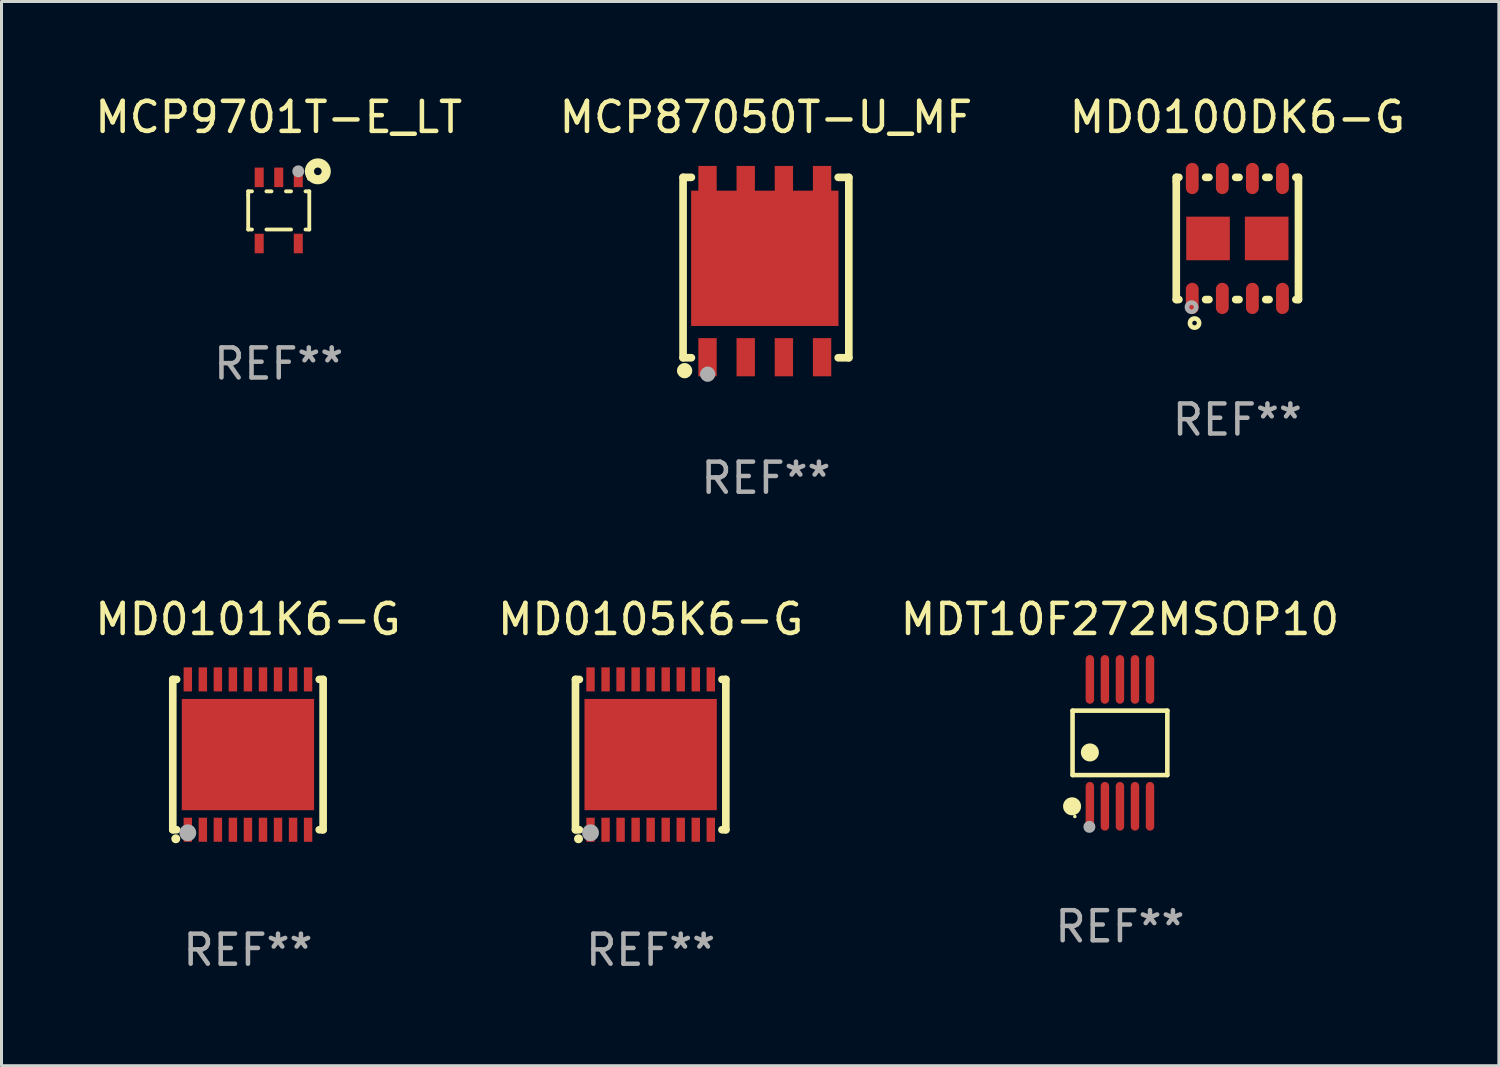
<source format=kicad_pcb>
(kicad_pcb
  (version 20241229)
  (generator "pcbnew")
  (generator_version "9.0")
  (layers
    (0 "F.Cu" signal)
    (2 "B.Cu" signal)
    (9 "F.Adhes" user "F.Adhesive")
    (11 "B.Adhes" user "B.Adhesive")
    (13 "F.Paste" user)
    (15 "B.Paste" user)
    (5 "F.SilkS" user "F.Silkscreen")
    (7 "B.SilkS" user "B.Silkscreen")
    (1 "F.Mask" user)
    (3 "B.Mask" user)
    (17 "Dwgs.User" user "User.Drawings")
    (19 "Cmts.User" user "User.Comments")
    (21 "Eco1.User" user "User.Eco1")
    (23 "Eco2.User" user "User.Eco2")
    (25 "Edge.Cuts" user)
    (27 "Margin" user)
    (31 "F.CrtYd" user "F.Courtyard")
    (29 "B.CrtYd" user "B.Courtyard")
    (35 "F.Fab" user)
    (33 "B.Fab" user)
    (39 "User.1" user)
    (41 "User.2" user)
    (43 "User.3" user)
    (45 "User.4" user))
  (footprint "MD0105K6-G"
    (layer "F.Cu")
    (at 18.589 22.045)
    (property "Reference" "MD0105K6-G" (at 0 -4.5 0) (layer "F.SilkS") (effects (font (size 1 1) (thickness 0.15))))
    (attr through_hole)
    (fp_line (start -2.5 -2.5) (end -2.371 -2.5) (stroke (width 0.254) (type solid)) (layer "F.SilkS"))
    (fp_line (start -2.5 2.5) (end -2.5 -2.5) (stroke (width 0.254) (type solid)) (layer "F.SilkS"))
    (fp_line (start -2.371 2.5) (end -2.5 2.5) (stroke (width 0.254) (type solid)) (layer "F.SilkS"))
    (fp_line (start 2.371 -2.5) (end 2.5 -2.5) (stroke (width 0.254) (type solid)) (layer "F.SilkS"))
    (fp_line (start 2.5 -2.5) (end 2.5 2.5) (stroke (width 0.254) (type solid)) (layer "F.SilkS"))
    (fp_line (start 2.5 2.5) (end 2.371 2.5) (stroke (width 0.254) (type solid)) (layer "F.SilkS"))
    (fp_circle (center -2.5 2.5) (end -2.45 2.5) (stroke (width 0.1) (type solid)) (fill no) (layer "F.SilkS"))
    (fp_circle (center -2.4 2.8) (end -2.325 2.8) (stroke (width 0.15) (type solid)) (fill no) (layer "F.SilkS"))
    (fp_circle (center -2 2.6) (end -1.86 2.6) (stroke (width 0.28) (type solid)) (fill no) (layer "F.Fab"))
    (fp_text user "REF**" (at 0 6.5 0) (layer "F.Fab") (effects (font (size 1 1) (thickness 0.15))))
    (pad "1" smd rect (at -2 2.5) (size 0.28 0.8) (layers "F.Cu" "F.Mask" "F.Paste"))
    (pad "2" smd rect (at -1.5 2.5) (size 0.28 0.8) (layers "F.Cu" "F.Mask" "F.Paste"))
    (pad "3" smd rect (at -1 2.5) (size 0.28 0.8) (layers "F.Cu" "F.Mask" "F.Paste"))
    (pad "4" smd rect (at -0.5 2.5) (size 0.28 0.8) (layers "F.Cu" "F.Mask" "F.Paste"))
    (pad "5" smd rect (at 0 2.5) (size 0.28 0.8) (layers "F.Cu" "F.Mask" "F.Paste"))
    (pad "6" smd rect (at 0.5 2.5) (size 0.28 0.8) (layers "F.Cu" "F.Mask" "F.Paste"))
    (pad "7" smd rect (at 1 2.5) (size 0.28 0.8) (layers "F.Cu" "F.Mask" "F.Paste"))
    (pad "8" smd rect (at 1.5 2.5) (size 0.28 0.8) (layers "F.Cu" "F.Mask" "F.Paste"))
    (pad "9" smd rect (at 2 2.5) (size 0.28 0.8) (layers "F.Cu" "F.Mask" "F.Paste"))
    (pad "10" smd rect (at 2 -2.5) (size 0.28 0.8) (layers "F.Cu" "F.Mask" "F.Paste"))
    (pad "11" smd rect (at 1.5 -2.5) (size 0.28 0.8) (layers "F.Cu" "F.Mask" "F.Paste"))
    (pad "12" smd rect (at 1 -2.5) (size 0.28 0.8) (layers "F.Cu" "F.Mask" "F.Paste"))
    (pad "13" smd rect (at 0.5 -2.5) (size 0.28 0.8) (layers "F.Cu" "F.Mask" "F.Paste"))
    (pad "14" smd rect (at 0 -2.5) (size 0.28 0.8) (layers "F.Cu" "F.Mask" "F.Paste"))
    (pad "15" smd rect (at -0.5 -2.5) (size 0.28 0.8) (layers "F.Cu" "F.Mask" "F.Paste"))
    (pad "16" smd rect (at -1 -2.5) (size 0.28 0.8) (layers "F.Cu" "F.Mask" "F.Paste"))
    (pad "17" smd rect (at -1.5 -2.5) (size 0.28 0.8) (layers "F.Cu" "F.Mask" "F.Paste"))
    (pad "18" smd rect (at -2 -2.5) (size 0.28 0.8) (layers "F.Cu" "F.Mask" "F.Paste"))
    (pad "19" smd rect (at 0 0 180) (size 4.4 3.7) (layers "F.Cu" "F.Mask" "F.Paste")))
  (footprint "MD0100DK6-G"
    (layer "F.Cu")
    (at 38.101 4.88)
    (property "Reference" "MD0100DK6-G" (at 0 -4.032 0) (layer "F.SilkS") (effects (font (size 1 1) (thickness 0.15))))
    (attr through_hole)
    (fp_line (start -2.032 -2.032) (end -1.945 -2.032) (stroke (width 0.254) (type solid)) (layer "F.SilkS"))
    (fp_line (start -2.032 -1.905) (end -2.032 -2.032) (stroke (width 0.254) (type solid)) (layer "F.SilkS"))
    (fp_line (start -2.032 2.032) (end -2.032 -1.905) (stroke (width 0.254) (type solid)) (layer "F.SilkS"))
    (fp_line (start -1.945 2.032) (end -2.032 2.032) (stroke (width 0.254) (type solid)) (layer "F.SilkS"))
    (fp_line (start -1.055 -2.032) (end -0.945 -2.032) (stroke (width 0.254) (type solid)) (layer "F.SilkS"))
    (fp_line (start -0.945 2.032) (end -1.055 2.032) (stroke (width 0.254) (type solid)) (layer "F.SilkS"))
    (fp_line (start -0.055 -2.032) (end 0.055 -2.032) (stroke (width 0.254) (type solid)) (layer "F.SilkS"))
    (fp_line (start 0.055 2.032) (end -0.055 2.032) (stroke (width 0.254) (type solid)) (layer "F.SilkS"))
    (fp_line (start 0.945 -2.032) (end 1.055 -2.032) (stroke (width 0.254) (type solid)) (layer "F.SilkS"))
    (fp_line (start 1.055 2.032) (end 0.945 2.032) (stroke (width 0.254) (type solid)) (layer "F.SilkS"))
    (fp_line (start 1.945 -2.032) (end 2.032 -2.032) (stroke (width 0.254) (type solid)) (layer "F.SilkS"))
    (fp_line (start 2.032 -2.032) (end 2.032 2.032) (stroke (width 0.254) (type solid)) (layer "F.SilkS"))
    (fp_line (start 2.032 2.032) (end 1.945 2.032) (stroke (width 0.254) (type solid)) (layer "F.SilkS"))
    (fp_circle (center -2 2) (end -1.97 2) (stroke (width 0.06) (type solid)) (fill no) (layer "F.SilkS"))
    (fp_circle (center -1.424 2.814) (end -1.348 2.814) (stroke (width 0.153) (type solid)) (fill no) (layer "F.SilkS"))
    (fp_circle (center -1.524 2.286) (end -1.448 2.286) (stroke (width 0.153) (type solid)) (fill no) (layer "F.Fab"))
    (fp_text user "REF**" (at 0 6.032 0) (layer "F.Fab") (effects (font (size 1 1) (thickness 0.15))))
    (pad "1" smd oval (at -1.5 1.994) (size 0.427 1.039) (layers "F.Cu" "F.Mask" "F.Paste"))
    (pad "2" smd oval (at -0.5 1.994) (size 0.427 1.039) (layers "F.Cu" "F.Mask" "F.Paste"))
    (pad "3" smd oval (at 0.5 1.994) (size 0.427 1.039) (layers "F.Cu" "F.Mask" "F.Paste"))
    (pad "4" smd oval (at 1.5 1.994) (size 0.427 1.039) (layers "F.Cu" "F.Mask" "F.Paste"))
    (pad "5" smd oval (at 1.5 -1.994) (size 0.427 1.039) (layers "F.Cu" "F.Mask" "F.Paste"))
    (pad "6" smd oval (at 0.5 -1.994) (size 0.427 1.039) (layers "F.Cu" "F.Mask" "F.Paste"))
    (pad "7" smd oval (at -0.5 -1.994) (size 0.427 1.039) (layers "F.Cu" "F.Mask" "F.Paste"))
    (pad "8" smd oval (at -1.5 -1.994) (size 0.427 1.039) (layers "F.Cu" "F.Mask" "F.Paste"))
    (pad "9" smd rect (at -0.975 0.000127) (size 1.45 1.45) (layers "F.Cu" "F.Mask" "F.Paste"))
    (pad "10" smd rect (at 0.975 0.000127) (size 1.45 1.45) (layers "F.Cu" "F.Mask" "F.Paste")))
  (footprint "MCP87050T-U_MF"
    (layer "F.Cu")
    (at 22.423 5.848)
    (property "Reference" "MCP87050T-U_MF" (at 0 -5 0) (layer "F.SilkS") (effects (font (size 1 1) (thickness 0.15))))
    (attr through_hole)
    (fp_line (start -2.756 -3) (end -2.756 3) (stroke (width 0.254) (type solid)) (layer "F.SilkS"))
    (fp_line (start -2.756 -3) (end -2.479 -3) (stroke (width 0.254) (type solid)) (layer "F.SilkS"))
    (fp_line (start -2.756 3) (end -2.479 3) (stroke (width 0.254) (type solid)) (layer "F.SilkS"))
    (fp_line (start 2.756 -3) (end 2.403 -3) (stroke (width 0.254) (type solid)) (layer "F.SilkS"))
    (fp_line (start 2.756 3) (end 2.403 3) (stroke (width 0.254) (type solid)) (layer "F.SilkS"))
    (fp_line (start 2.756 3) (end 2.756 -3) (stroke (width 0.254) (type solid)) (layer "F.SilkS"))
    (fp_circle (center -2.705 3.429) (end -2.578 3.429) (stroke (width 0.254) (type solid)) (fill no) (layer "F.SilkS"))
    (fp_circle (center -2.538 3) (end -2.508 3) (stroke (width 0.06) (type solid)) (fill no) (layer "F.SilkS"))
    (fp_circle (center -1.938 3.546) (end -1.811 3.546) (stroke (width 0.254) (type solid)) (fill no) (layer "F.Fab"))
    (fp_text user "REF**" (at 0 7 0) (layer "F.Fab") (effects (font (size 1 1) (thickness 0.15))))
    (pad "1" smd rect (at -1.943 2.982 90) (size 1.27 0.61) (layers "F.Cu" "F.Mask" "F.Paste"))
    (pad "2" smd rect (at -0.673 2.982 90) (size 1.27 0.61) (layers "F.Cu" "F.Mask" "F.Paste"))
    (pad "3" smd rect (at 0.597 2.982 90) (size 1.27 0.61) (layers "F.Cu" "F.Mask" "F.Paste"))
    (pad "4" smd rect (at 1.867 2.982 90) (size 1.27 0.61) (layers "F.Cu" "F.Mask" "F.Paste"))
    (pad "5" smd rect (at 1.867 -2.73 90) (size 1.3 0.61) (layers "F.Cu" "F.Mask" "F.Paste"))
    (pad "6" smd rect (at 0.597 -2.73 90) (size 1.3 0.61) (layers "F.Cu" "F.Mask" "F.Paste"))
    (pad "7" smd rect (at -0.673 -2.73 90) (size 1.3 0.61) (layers "F.Cu" "F.Mask" "F.Paste"))
    (pad "8" smd rect (at -1.943 -2.73 90) (size 1.3 0.61) (layers "F.Cu" "F.Mask" "F.Paste"))
    (pad "8" smd rect (at -0.038 -0.307) (size 4.9 4.5) (layers "F.Cu" "F.Mask" "F.Paste")))
  (footprint "MCP9701T-E_LT"
    (layer "F.Cu")
    (at 6.22 3.948)
    (property "Reference" "MCP9701T-E_LT" (at 0 -3.1 0) (layer "F.SilkS") (effects (font (size 1 1) (thickness 0.15))))
    (attr through_hole)
    (fp_line (start -1.016 -0.635) (end -1.016 -0.508) (stroke (width 0.127) (type solid)) (layer "F.SilkS"))
    (fp_line (start -1.016 -0.508) (end -1.016 0.635) (stroke (width 0.127) (type solid)) (layer "F.SilkS"))
    (fp_line (start -1.016 0.635) (end -0.89 0.635) (stroke (width 0.127) (type solid)) (layer "F.SilkS"))
    (fp_line (start -0.89 -0.635) (end -1.016 -0.635) (stroke (width 0.127) (type solid)) (layer "F.SilkS"))
    (fp_line (start -0.41 0.635) (end 0.41 0.635) (stroke (width 0.127) (type solid)) (layer "F.SilkS"))
    (fp_line (start -0.24 -0.635) (end -0.41 -0.635) (stroke (width 0.127) (type solid)) (layer "F.SilkS"))
    (fp_line (start 0.41 -0.635) (end 0.24 -0.635) (stroke (width 0.127) (type solid)) (layer "F.SilkS"))
    (fp_line (start 0.89 0.635) (end 1.016 0.635) (stroke (width 0.127) (type solid)) (layer "F.SilkS"))
    (fp_line (start 1.016 -0.635) (end 0.89 -0.635) (stroke (width 0.127) (type solid)) (layer "F.SilkS"))
    (fp_line (start 1.016 0.635) (end 1.016 -0.635) (stroke (width 0.127) (type solid)) (layer "F.SilkS"))
    (fp_circle (center 1 -1.05) (end 1.03 -1.05) (stroke (width 0.06) (type solid)) (fill no) (layer "F.SilkS"))
    (fp_circle (center 1.3 -1.3) (end 1.427 -1.3) (stroke (width 0.305) (type solid)) (fill no) (layer "F.SilkS"))
    (fp_circle (center 0.65 -1.3) (end 0.75 -1.3) (stroke (width 0.2) (type solid)) (fill no) (layer "F.Fab"))
    (fp_text user "REF**" (at 0 5.1 0) (layer "F.Fab") (effects (font (size 1 1) (thickness 0.15))))
    (pad "1" smd rect (at 0.65 -1.1 270) (size 0.65 0.3) (layers "F.Cu" "F.Mask" "F.Paste"))
    (pad "2" smd rect (at 0 -1.1 270) (size 0.65 0.3) (layers "F.Cu" "F.Mask" "F.Paste"))
    (pad "3" smd rect (at -0.65 -1.1 270) (size 0.65 0.3) (layers "F.Cu" "F.Mask" "F.Paste"))
    (pad "4" smd rect (at -0.65 1.1 90) (size 0.65 0.3) (layers "F.Cu" "F.Mask" "F.Paste"))
    (pad "5" smd rect (at 0.65 1.1 90) (size 0.65 0.3) (layers "F.Cu" "F.Mask" "F.Paste")))
  (footprint "MD0101K6-G"
    (layer "F.Cu")
    (at 5.196 22.045)
    (property "Reference" "MD0101K6-G" (at 0 -4.5 0) (layer "F.SilkS") (effects (font (size 1 1) (thickness 0.15))))
    (attr through_hole)
    (fp_line (start -2.5 -2.5) (end -2.371 -2.5) (stroke (width 0.254) (type solid)) (layer "F.SilkS"))
    (fp_line (start -2.5 2.5) (end -2.5 -2.5) (stroke (width 0.254) (type solid)) (layer "F.SilkS"))
    (fp_line (start -2.371 2.5) (end -2.5 2.5) (stroke (width 0.254) (type solid)) (layer "F.SilkS"))
    (fp_line (start 2.371 -2.5) (end 2.5 -2.5) (stroke (width 0.254) (type solid)) (layer "F.SilkS"))
    (fp_line (start 2.5 -2.5) (end 2.5 2.5) (stroke (width 0.254) (type solid)) (layer "F.SilkS"))
    (fp_line (start 2.5 2.5) (end 2.371 2.5) (stroke (width 0.254) (type solid)) (layer "F.SilkS"))
    (fp_circle (center -2.5 2.5) (end -2.45 2.5) (stroke (width 0.1) (type solid)) (fill no) (layer "F.SilkS"))
    (fp_circle (center -2.4 2.8) (end -2.325 2.8) (stroke (width 0.15) (type solid)) (fill no) (layer "F.SilkS"))
    (fp_circle (center -2 2.6) (end -1.86 2.6) (stroke (width 0.28) (type solid)) (fill no) (layer "F.Fab"))
    (fp_text user "REF**" (at 0 6.5 0) (layer "F.Fab") (effects (font (size 1 1) (thickness 0.15))))
    (pad "1" smd rect (at -2 2.5) (size 0.28 0.8) (layers "F.Cu" "F.Mask" "F.Paste"))
    (pad "2" smd rect (at -1.5 2.5) (size 0.28 0.8) (layers "F.Cu" "F.Mask" "F.Paste"))
    (pad "3" smd rect (at -1 2.5) (size 0.28 0.8) (layers "F.Cu" "F.Mask" "F.Paste"))
    (pad "4" smd rect (at -0.5 2.5) (size 0.28 0.8) (layers "F.Cu" "F.Mask" "F.Paste"))
    (pad "5" smd rect (at 0 2.5) (size 0.28 0.8) (layers "F.Cu" "F.Mask" "F.Paste"))
    (pad "6" smd rect (at 0.5 2.5) (size 0.28 0.8) (layers "F.Cu" "F.Mask" "F.Paste"))
    (pad "7" smd rect (at 1 2.5) (size 0.28 0.8) (layers "F.Cu" "F.Mask" "F.Paste"))
    (pad "8" smd rect (at 1.5 2.5) (size 0.28 0.8) (layers "F.Cu" "F.Mask" "F.Paste"))
    (pad "9" smd rect (at 2 2.5) (size 0.28 0.8) (layers "F.Cu" "F.Mask" "F.Paste"))
    (pad "10" smd rect (at 2 -2.5) (size 0.28 0.8) (layers "F.Cu" "F.Mask" "F.Paste"))
    (pad "11" smd rect (at 1.5 -2.5) (size 0.28 0.8) (layers "F.Cu" "F.Mask" "F.Paste"))
    (pad "12" smd rect (at 1 -2.5) (size 0.28 0.8) (layers "F.Cu" "F.Mask" "F.Paste"))
    (pad "13" smd rect (at 0.5 -2.5) (size 0.28 0.8) (layers "F.Cu" "F.Mask" "F.Paste"))
    (pad "14" smd rect (at 0 -2.5) (size 0.28 0.8) (layers "F.Cu" "F.Mask" "F.Paste"))
    (pad "15" smd rect (at -0.5 -2.5) (size 0.28 0.8) (layers "F.Cu" "F.Mask" "F.Paste"))
    (pad "16" smd rect (at -1 -2.5) (size 0.28 0.8) (layers "F.Cu" "F.Mask" "F.Paste"))
    (pad "17" smd rect (at -1.5 -2.5) (size 0.28 0.8) (layers "F.Cu" "F.Mask" "F.Paste"))
    (pad "18" smd rect (at -2 -2.5) (size 0.28 0.8) (layers "F.Cu" "F.Mask" "F.Paste"))
    (pad "19" smd rect (at 0 0 180) (size 4.4 3.7) (layers "F.Cu" "F.Mask" "F.Paste")))
  (footprint "MDT10F272MSOP10"
    (layer "F.Cu")
    (at 34.196 21.655)
    (property "Reference" "MDT10F272MSOP10" (at 0 -4.11 0) (layer "F.SilkS") (effects (font (size 1 1) (thickness 0.15))))
    (attr through_hole)
    (fp_line (start -1.576 -1.071) (end 1.576 -1.071) (stroke (width 0.152) (type solid)) (layer "F.SilkS"))
    (fp_line (start -1.576 1.071) (end -1.576 -1.071) (stroke (width 0.152) (type solid)) (layer "F.SilkS"))
    (fp_line (start 1.576 -1.071) (end 1.576 1.071) (stroke (width 0.152) (type solid)) (layer "F.SilkS"))
    (fp_line (start 1.576 1.071) (end -1.576 1.071) (stroke (width 0.152) (type solid)) (layer "F.SilkS"))
    (fp_circle (center -1.592 2.11) (end -1.442 2.11) (stroke (width 0.3) (type solid)) (fill no) (layer "F.SilkS"))
    (fp_circle (center -1.5 2.45) (end -1.47 2.45) (stroke (width 0.06) (type solid)) (fill no) (layer "F.SilkS"))
    (fp_circle (center -1 0.319) (end -0.85 0.319) (stroke (width 0.3) (type solid)) (fill no) (layer "F.SilkS"))
    (fp_circle (center -1.016 2.794) (end -0.916 2.794) (stroke (width 0.2) (type solid)) (fill no) (layer "F.Fab"))
    (fp_text user "REF**" (at 0 6.11 0) (layer "F.Fab") (effects (font (size 1 1) (thickness 0.15))))
    (pad "1" smd oval (at -1 2.11) (size 0.28 1.62) (layers "F.Cu" "F.Mask" "F.Paste"))
    (pad "2" smd oval (at -0.5 2.11) (size 0.28 1.62) (layers "F.Cu" "F.Mask" "F.Paste"))
    (pad "3" smd oval (at 0 2.11) (size 0.28 1.62) (layers "F.Cu" "F.Mask" "F.Paste"))
    (pad "4" smd oval (at 0.5 2.11) (size 0.28 1.62) (layers "F.Cu" "F.Mask" "F.Paste"))
    (pad "5" smd oval (at 1 2.11) (size 0.28 1.62) (layers "F.Cu" "F.Mask" "F.Paste"))
    (pad "6" smd oval (at 1 -2.11) (size 0.28 1.62) (layers "F.Cu" "F.Mask" "F.Paste"))
    (pad "7" smd oval (at 0.5 -2.11) (size 0.28 1.62) (layers "F.Cu" "F.Mask" "F.Paste"))
    (pad "8" smd oval (at 0 -2.11) (size 0.28 1.62) (layers "F.Cu" "F.Mask" "F.Paste"))
    (pad "9" smd oval (at -0.5 -2.11) (size 0.28 1.62) (layers "F.Cu" "F.Mask" "F.Paste"))
    (pad "10" smd oval (at -1 -2.11) (size 0.28 1.62) (layers "F.Cu" "F.Mask" "F.Paste")))
  (gr_rect
    (start -3 -3)
    (end 46.798 32.393)
    (stroke (width 0.1) (type default))
    (fill no)
    (layer "Edge.Cuts")))
</source>
